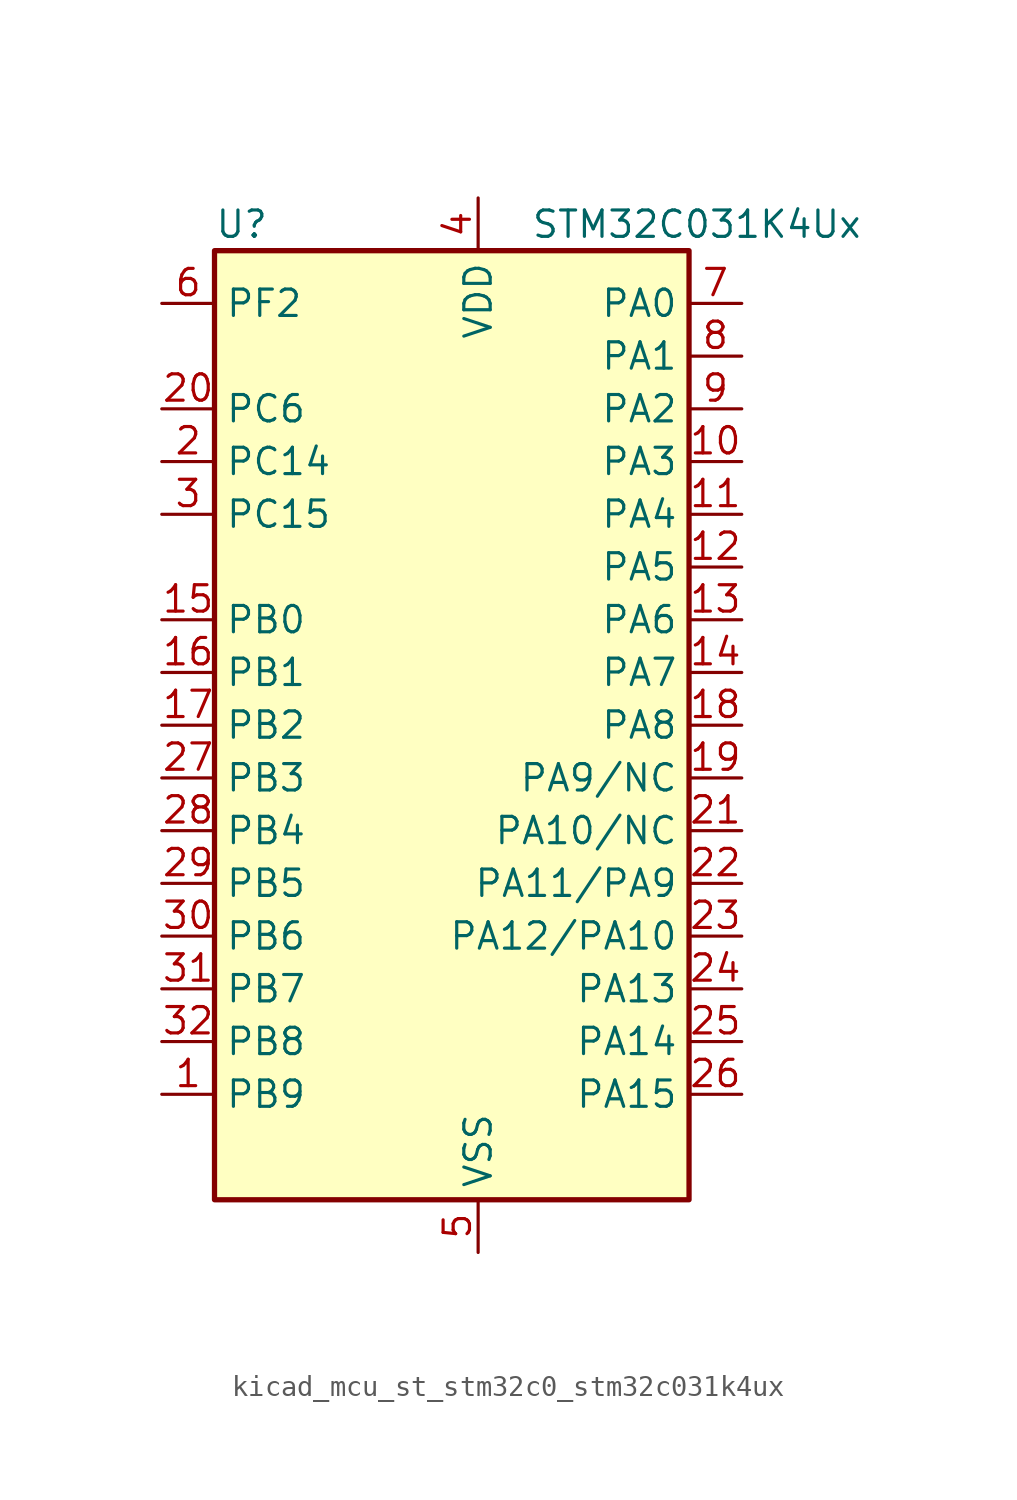
<source format=kicad_sym>
(kicad_symbol_lib
  (version 20220914)
  (generator kicad_symbol_editor)
  (symbol "kicad_mcu_st_stm32c0_stm32c031k4ux"
    (property "Reference" "U"
      (at -10.16 24.13 0)
      (effects (font (size 1.27 1.27)) (justify left)))
    (property "Value" "STM32C031K4Ux"
      (at 5.08 24.13 0)
      (effects (font (size 1.27 1.27)) (justify left)))
    (property "ki_locked" ""
      (at 0 0 0)
      (effects (font (size 1.27 1.27))))
    (symbol "kicad_mcu_st_stm32c0_stm32c031k4ux_0_1"
      (rectangle (start -10.16 -22.86) (end 12.7 22.86) (stroke (width 0.254) (type default)) (fill (type background))))
    (symbol "kicad_mcu_st_stm32c0_stm32c031k4ux_1_1"
      (pin bidirectional line (at -12.7 -17.78 0) (length 2.54) (name "PB9" (effects (font (size 1.27 1.27)))) (number "1" (effects (font (size 1.27 1.27)))) (alternate "I2C1_SDA" bidirectional line) (alternate "IR_OUT" bidirectional line) (alternate "TIM17_CH1" bidirectional line) (alternate "TIM3_CH2" bidirectional line) (alternate "USART2_CK" bidirectional line) (alternate "USART2_DE" bidirectional line) (alternate "USART2_RTS" bidirectional line))
      (pin bidirectional line (at 15.24 12.7 180) (length 2.54) (name "PA3" (effects (font (size 1.27 1.27)))) (number "10" (effects (font (size 1.27 1.27)))) (alternate "ADC1_IN3" bidirectional line) (alternate "TIM1_CH1N" bidirectional line) (alternate "TIM1_CH4" bidirectional line) (alternate "USART2_RX" bidirectional line))
      (pin bidirectional line (at 15.24 10.16 180) (length 2.54) (name "PA4" (effects (font (size 1.27 1.27)))) (number "11" (effects (font (size 1.27 1.27)))) (alternate "ADC1_IN4" bidirectional line) (alternate "I2S1_WS" bidirectional line) (alternate "PWR_WKUP2" bidirectional line) (alternate "RTC_OUT1" bidirectional line) (alternate "RTC_TS" bidirectional line) (alternate "SPI1_NSS" bidirectional line) (alternate "TIM14_CH1" bidirectional line) (alternate "TIM17_CH1N" bidirectional line) (alternate "TIM1_CH2N" bidirectional line) (alternate "USART2_TX" bidirectional line))
      (pin bidirectional line (at 15.24 7.62 180) (length 2.54) (name "PA5" (effects (font (size 1.27 1.27)))) (number "12" (effects (font (size 1.27 1.27)))) (alternate "ADC1_IN5" bidirectional line) (alternate "I2S1_CK" bidirectional line) (alternate "SPI1_SCK" bidirectional line) (alternate "TIM1_CH1" bidirectional line) (alternate "TIM1_CH3N" bidirectional line) (alternate "USART2_RX" bidirectional line))
      (pin bidirectional line (at 15.24 5.08 180) (length 2.54) (name "PA6" (effects (font (size 1.27 1.27)))) (number "13" (effects (font (size 1.27 1.27)))) (alternate "ADC1_IN6" bidirectional line) (alternate "I2S1_MCK" bidirectional line) (alternate "SPI1_MISO" bidirectional line) (alternate "TIM16_CH1" bidirectional line) (alternate "TIM1_BKIN" bidirectional line) (alternate "TIM3_CH1" bidirectional line))
      (pin bidirectional line (at 15.24 2.54 180) (length 2.54) (name "PA7" (effects (font (size 1.27 1.27)))) (number "14" (effects (font (size 1.27 1.27)))) (alternate "ADC1_IN7" bidirectional line) (alternate "I2S1_SD" bidirectional line) (alternate "SPI1_MOSI" bidirectional line) (alternate "TIM14_CH1" bidirectional line) (alternate "TIM17_CH1" bidirectional line) (alternate "TIM1_CH1N" bidirectional line) (alternate "TIM3_CH2" bidirectional line))
      (pin bidirectional line (at -12.7 5.08 0) (length 2.54) (name "PB0" (effects (font (size 1.27 1.27)))) (number "15" (effects (font (size 1.27 1.27)))) (alternate "ADC1_IN17" bidirectional line) (alternate "I2S1_WS" bidirectional line) (alternate "SPI1_NSS" bidirectional line) (alternate "TIM1_CH2N" bidirectional line) (alternate "TIM3_CH3" bidirectional line))
      (pin bidirectional line (at -12.7 2.54 0) (length 2.54) (name "PB1" (effects (font (size 1.27 1.27)))) (number "16" (effects (font (size 1.27 1.27)))) (alternate "ADC1_IN18" bidirectional line) (alternate "TIM14_CH1" bidirectional line) (alternate "TIM1_CH2N" bidirectional line) (alternate "TIM1_CH3N" bidirectional line) (alternate "TIM3_CH4" bidirectional line))
      (pin bidirectional line (at -12.7 0 0) (length 2.54) (name "PB2" (effects (font (size 1.27 1.27)))) (number "17" (effects (font (size 1.27 1.27)))) (alternate "ADC1_IN19" bidirectional line) (alternate "RCC_MCO_2" bidirectional line) (alternate "USART1_RX" bidirectional line))
      (pin bidirectional line (at 15.24 0 180) (length 2.54) (name "PA8" (effects (font (size 1.27 1.27)))) (number "18" (effects (font (size 1.27 1.27)))) (alternate "ADC1_IN8" bidirectional line) (alternate "I2S1_WS" bidirectional line) (alternate "RCC_MCO" bidirectional line) (alternate "RCC_MCO_2" bidirectional line) (alternate "SPI1_NSS" bidirectional line) (alternate "TIM14_CH1" bidirectional line) (alternate "TIM1_CH1" bidirectional line) (alternate "TIM1_CH2N" bidirectional line) (alternate "TIM1_CH3N" bidirectional line) (alternate "TIM3_CH3" bidirectional line) (alternate "TIM3_CH4" bidirectional line) (alternate "USART1_RX" bidirectional line) (alternate "USART2_TX" bidirectional line))
      (pin bidirectional line (at 15.24 -2.54 180) (length 2.54) (name "PA9/NC" (effects (font (size 1.27 1.27)))) (number "19" (effects (font (size 1.27 1.27)))) (alternate "I2C1_SCL" bidirectional line) (alternate "RCC_MCO" bidirectional line) (alternate "TIM1_CH2" bidirectional line) (alternate "TIM3_ETR" bidirectional line) (alternate "USART1_TX" bidirectional line))
      (pin bidirectional line (at -12.7 12.7 0) (length 2.54) (name "PC14" (effects (font (size 1.27 1.27)))) (number "2" (effects (font (size 1.27 1.27)))) (alternate "I2C1_SDA" bidirectional line) (alternate "IR_OUT" bidirectional line) (alternate "RCC_OSCX_IN" bidirectional line) (alternate "TIM17_CH1" bidirectional line) (alternate "TIM1_BKIN2" bidirectional line) (alternate "TIM1_ETR" bidirectional line) (alternate "TIM3_CH2" bidirectional line) (alternate "USART1_TX" bidirectional line) (alternate "USART2_CK" bidirectional line) (alternate "USART2_DE" bidirectional line) (alternate "USART2_RTS" bidirectional line))
      (pin bidirectional line (at -12.7 15.24 0) (length 2.54) (name "PC6" (effects (font (size 1.27 1.27)))) (number "20" (effects (font (size 1.27 1.27)))) (alternate "TIM3_CH1" bidirectional line))
      (pin bidirectional line (at 15.24 -5.08 180) (length 2.54) (name "PA10/NC" (effects (font (size 1.27 1.27)))) (number "21" (effects (font (size 1.27 1.27)))) (alternate "I2C1_SDA" bidirectional line) (alternate "RCC_MCO_2" bidirectional line) (alternate "TIM17_BKIN" bidirectional line) (alternate "TIM1_CH3" bidirectional line) (alternate "USART1_RX" bidirectional line))
      (pin bidirectional line (at 15.24 -7.62 180) (length 2.54) (name "PA11/PA9" (effects (font (size 1.27 1.27)))) (number "22" (effects (font (size 1.27 1.27)))) (alternate "ADC1_EXTI11" bidirectional line) (alternate "ADC1_IN11" bidirectional line) (alternate "I2S1_MCK" bidirectional line) (alternate "SPI1_MISO" bidirectional line) (alternate "TIM1_BKIN2" bidirectional line) (alternate "TIM1_CH4" bidirectional line) (alternate "USART1_CTS" bidirectional line) (alternate "USART1_NSS" bidirectional line))
      (pin bidirectional line (at 15.24 -10.16 180) (length 2.54) (name "PA12/PA10" (effects (font (size 1.27 1.27)))) (number "23" (effects (font (size 1.27 1.27)))) (alternate "ADC1_IN12" bidirectional line) (alternate "I2S1_SD" bidirectional line) (alternate "I2S_CKIN" bidirectional line) (alternate "SPI1_MOSI" bidirectional line) (alternate "TIM1_ETR" bidirectional line) (alternate "USART1_CK" bidirectional line) (alternate "USART1_DE" bidirectional line) (alternate "USART1_RTS" bidirectional line))
      (pin bidirectional line (at 15.24 -12.7 180) (length 2.54) (name "PA13" (effects (font (size 1.27 1.27)))) (number "24" (effects (font (size 1.27 1.27)))) (alternate "ADC1_IN13" bidirectional line) (alternate "DEBUG_SWDIO" bidirectional line) (alternate "IR_OUT" bidirectional line) (alternate "TIM3_ETR" bidirectional line) (alternate "USART2_RX" bidirectional line))
      (pin bidirectional line (at 15.24 -15.24 180) (length 2.54) (name "PA14" (effects (font (size 1.27 1.27)))) (number "25" (effects (font (size 1.27 1.27)))) (alternate "ADC1_IN14" bidirectional line) (alternate "DEBUG_SWCLK" bidirectional line) (alternate "I2S1_WS" bidirectional line) (alternate "RCC_MCO_2" bidirectional line) (alternate "SPI1_NSS" bidirectional line) (alternate "TIM1_CH1" bidirectional line) (alternate "USART1_CK" bidirectional line) (alternate "USART1_DE" bidirectional line) (alternate "USART1_RTS" bidirectional line) (alternate "USART2_RX" bidirectional line) (alternate "USART2_TX" bidirectional line))
      (pin bidirectional line (at 15.24 -17.78 180) (length 2.54) (name "PA15" (effects (font (size 1.27 1.27)))) (number "26" (effects (font (size 1.27 1.27)))) (alternate "I2S1_WS" bidirectional line) (alternate "RCC_MCO_2" bidirectional line) (alternate "SPI1_NSS" bidirectional line) (alternate "TIM1_CH1" bidirectional line) (alternate "USART1_CK" bidirectional line) (alternate "USART1_DE" bidirectional line) (alternate "USART1_RTS" bidirectional line) (alternate "USART2_RX" bidirectional line))
      (pin bidirectional line (at -12.7 -2.54 0) (length 2.54) (name "PB3" (effects (font (size 1.27 1.27)))) (number "27" (effects (font (size 1.27 1.27)))) (alternate "I2S1_CK" bidirectional line) (alternate "SPI1_SCK" bidirectional line) (alternate "TIM1_CH2" bidirectional line) (alternate "TIM3_CH2" bidirectional line) (alternate "USART1_CK" bidirectional line) (alternate "USART1_DE" bidirectional line) (alternate "USART1_RTS" bidirectional line))
      (pin bidirectional line (at -12.7 -5.08 0) (length 2.54) (name "PB4" (effects (font (size 1.27 1.27)))) (number "28" (effects (font (size 1.27 1.27)))) (alternate "I2S1_MCK" bidirectional line) (alternate "SPI1_MISO" bidirectional line) (alternate "TIM17_BKIN" bidirectional line) (alternate "TIM3_CH1" bidirectional line) (alternate "USART1_CTS" bidirectional line) (alternate "USART1_NSS" bidirectional line))
      (pin bidirectional line (at -12.7 -7.62 0) (length 2.54) (name "PB5" (effects (font (size 1.27 1.27)))) (number "29" (effects (font (size 1.27 1.27)))) (alternate "I2C1_SMBA" bidirectional line) (alternate "I2S1_SD" bidirectional line) (alternate "PWR_WKUP6" bidirectional line) (alternate "SPI1_MOSI" bidirectional line) (alternate "TIM16_BKIN" bidirectional line) (alternate "TIM3_CH2" bidirectional line) (alternate "TIM3_CH3" bidirectional line))
      (pin bidirectional line (at -12.7 10.16 0) (length 2.54) (name "PC15" (effects (font (size 1.27 1.27)))) (number "3" (effects (font (size 1.27 1.27)))) (alternate "RCC_OSC32_EN" bidirectional line) (alternate "RCC_OSCX_OUT" bidirectional line) (alternate "RCC_OSC_EN" bidirectional line) (alternate "TIM1_ETR" bidirectional line) (alternate "TIM3_CH3" bidirectional line))
      (pin bidirectional line (at -12.7 -10.16 0) (length 2.54) (name "PB6" (effects (font (size 1.27 1.27)))) (number "30" (effects (font (size 1.27 1.27)))) (alternate "I2C1_SCL" bidirectional line) (alternate "I2C1_SMBA" bidirectional line) (alternate "I2S1_CK" bidirectional line) (alternate "I2S1_MCK" bidirectional line) (alternate "I2S1_SD" bidirectional line) (alternate "PWR_WKUP3" bidirectional line) (alternate "SPI1_MISO" bidirectional line) (alternate "SPI1_MOSI" bidirectional line) (alternate "SPI1_SCK" bidirectional line) (alternate "TIM16_BKIN" bidirectional line) (alternate "TIM16_CH1N" bidirectional line) (alternate "TIM17_BKIN" bidirectional line) (alternate "TIM1_CH2" bidirectional line) (alternate "TIM1_CH3" bidirectional line) (alternate "TIM3_CH1" bidirectional line) (alternate "TIM3_CH2" bidirectional line) (alternate "TIM3_CH3" bidirectional line) (alternate "USART1_CK" bidirectional line) (alternate "USART1_CTS" bidirectional line) (alternate "USART1_DE" bidirectional line) (alternate "USART1_NSS" bidirectional line) (alternate "USART1_RTS" bidirectional line) (alternate "USART1_TX" bidirectional line))
      (pin bidirectional line (at -12.7 -12.7 0) (length 2.54) (name "PB7" (effects (font (size 1.27 1.27)))) (number "31" (effects (font (size 1.27 1.27)))) (alternate "I2C1_SCL" bidirectional line) (alternate "I2C1_SDA" bidirectional line) (alternate "RTC_REFIN" bidirectional line) (alternate "TIM16_CH1" bidirectional line) (alternate "TIM17_CH1N" bidirectional line) (alternate "TIM1_CH4" bidirectional line) (alternate "TIM3_CH1" bidirectional line) (alternate "TIM3_CH4" bidirectional line) (alternate "USART1_RX" bidirectional line) (alternate "USART2_CTS" bidirectional line) (alternate "USART2_NSS" bidirectional line))
      (pin bidirectional line (at -12.7 -15.24 0) (length 2.54) (name "PB8" (effects (font (size 1.27 1.27)))) (number "32" (effects (font (size 1.27 1.27)))) (alternate "I2C1_SCL" bidirectional line) (alternate "TIM16_CH1" bidirectional line) (alternate "TIM3_CH1" bidirectional line) (alternate "USART2_CTS" bidirectional line) (alternate "USART2_NSS" bidirectional line))
      (pin passive line (at 2.54 -25.4 90) (length 2.54) hide (name "VSS" (effects (font (size 1.27 1.27)))) (number "33" (effects (font (size 1.27 1.27)))))
      (pin power_in line (at 2.54 25.4 270) (length 2.54) (name "VDD" (effects (font (size 1.27 1.27)))) (number "4" (effects (font (size 1.27 1.27)))))
      (pin power_in line (at 2.54 -25.4 90) (length 2.54) (name "VSS" (effects (font (size 1.27 1.27)))) (number "5" (effects (font (size 1.27 1.27)))))
      (pin bidirectional line (at -12.7 20.32 0) (length 2.54) (name "PF2" (effects (font (size 1.27 1.27)))) (number "6" (effects (font (size 1.27 1.27)))) (alternate "RCC_MCO" bidirectional line) (alternate "TIM1_CH4" bidirectional line))
      (pin bidirectional line (at 15.24 20.32 180) (length 2.54) (name "PA0" (effects (font (size 1.27 1.27)))) (number "7" (effects (font (size 1.27 1.27)))) (alternate "ADC1_IN0" bidirectional line) (alternate "PWR_WKUP1" bidirectional line) (alternate "TIM16_CH1" bidirectional line) (alternate "TIM1_CH1" bidirectional line) (alternate "USART1_TX" bidirectional line) (alternate "USART2_CTS" bidirectional line) (alternate "USART2_NSS" bidirectional line))
      (pin bidirectional line (at 15.24 17.78 180) (length 2.54) (name "PA1" (effects (font (size 1.27 1.27)))) (number "8" (effects (font (size 1.27 1.27)))) (alternate "ADC1_IN1" bidirectional line) (alternate "I2C1_SMBA" bidirectional line) (alternate "I2S1_CK" bidirectional line) (alternate "SPI1_SCK" bidirectional line) (alternate "TIM17_CH1" bidirectional line) (alternate "TIM1_CH2" bidirectional line) (alternate "USART1_RX" bidirectional line) (alternate "USART2_CK" bidirectional line) (alternate "USART2_DE" bidirectional line) (alternate "USART2_RTS" bidirectional line))
      (pin bidirectional line (at 15.24 15.24 180) (length 2.54) (name "PA2" (effects (font (size 1.27 1.27)))) (number "9" (effects (font (size 1.27 1.27)))) (alternate "ADC1_IN2" bidirectional line) (alternate "I2S1_SD" bidirectional line) (alternate "PWR_WKUP4" bidirectional line) (alternate "RCC_LSCO" bidirectional line) (alternate "SPI1_MOSI" bidirectional line) (alternate "TIM16_CH1N" bidirectional line) (alternate "TIM1_CH3" bidirectional line) (alternate "TIM3_ETR" bidirectional line) (alternate "USART2_TX" bidirectional line)))))
</source>
